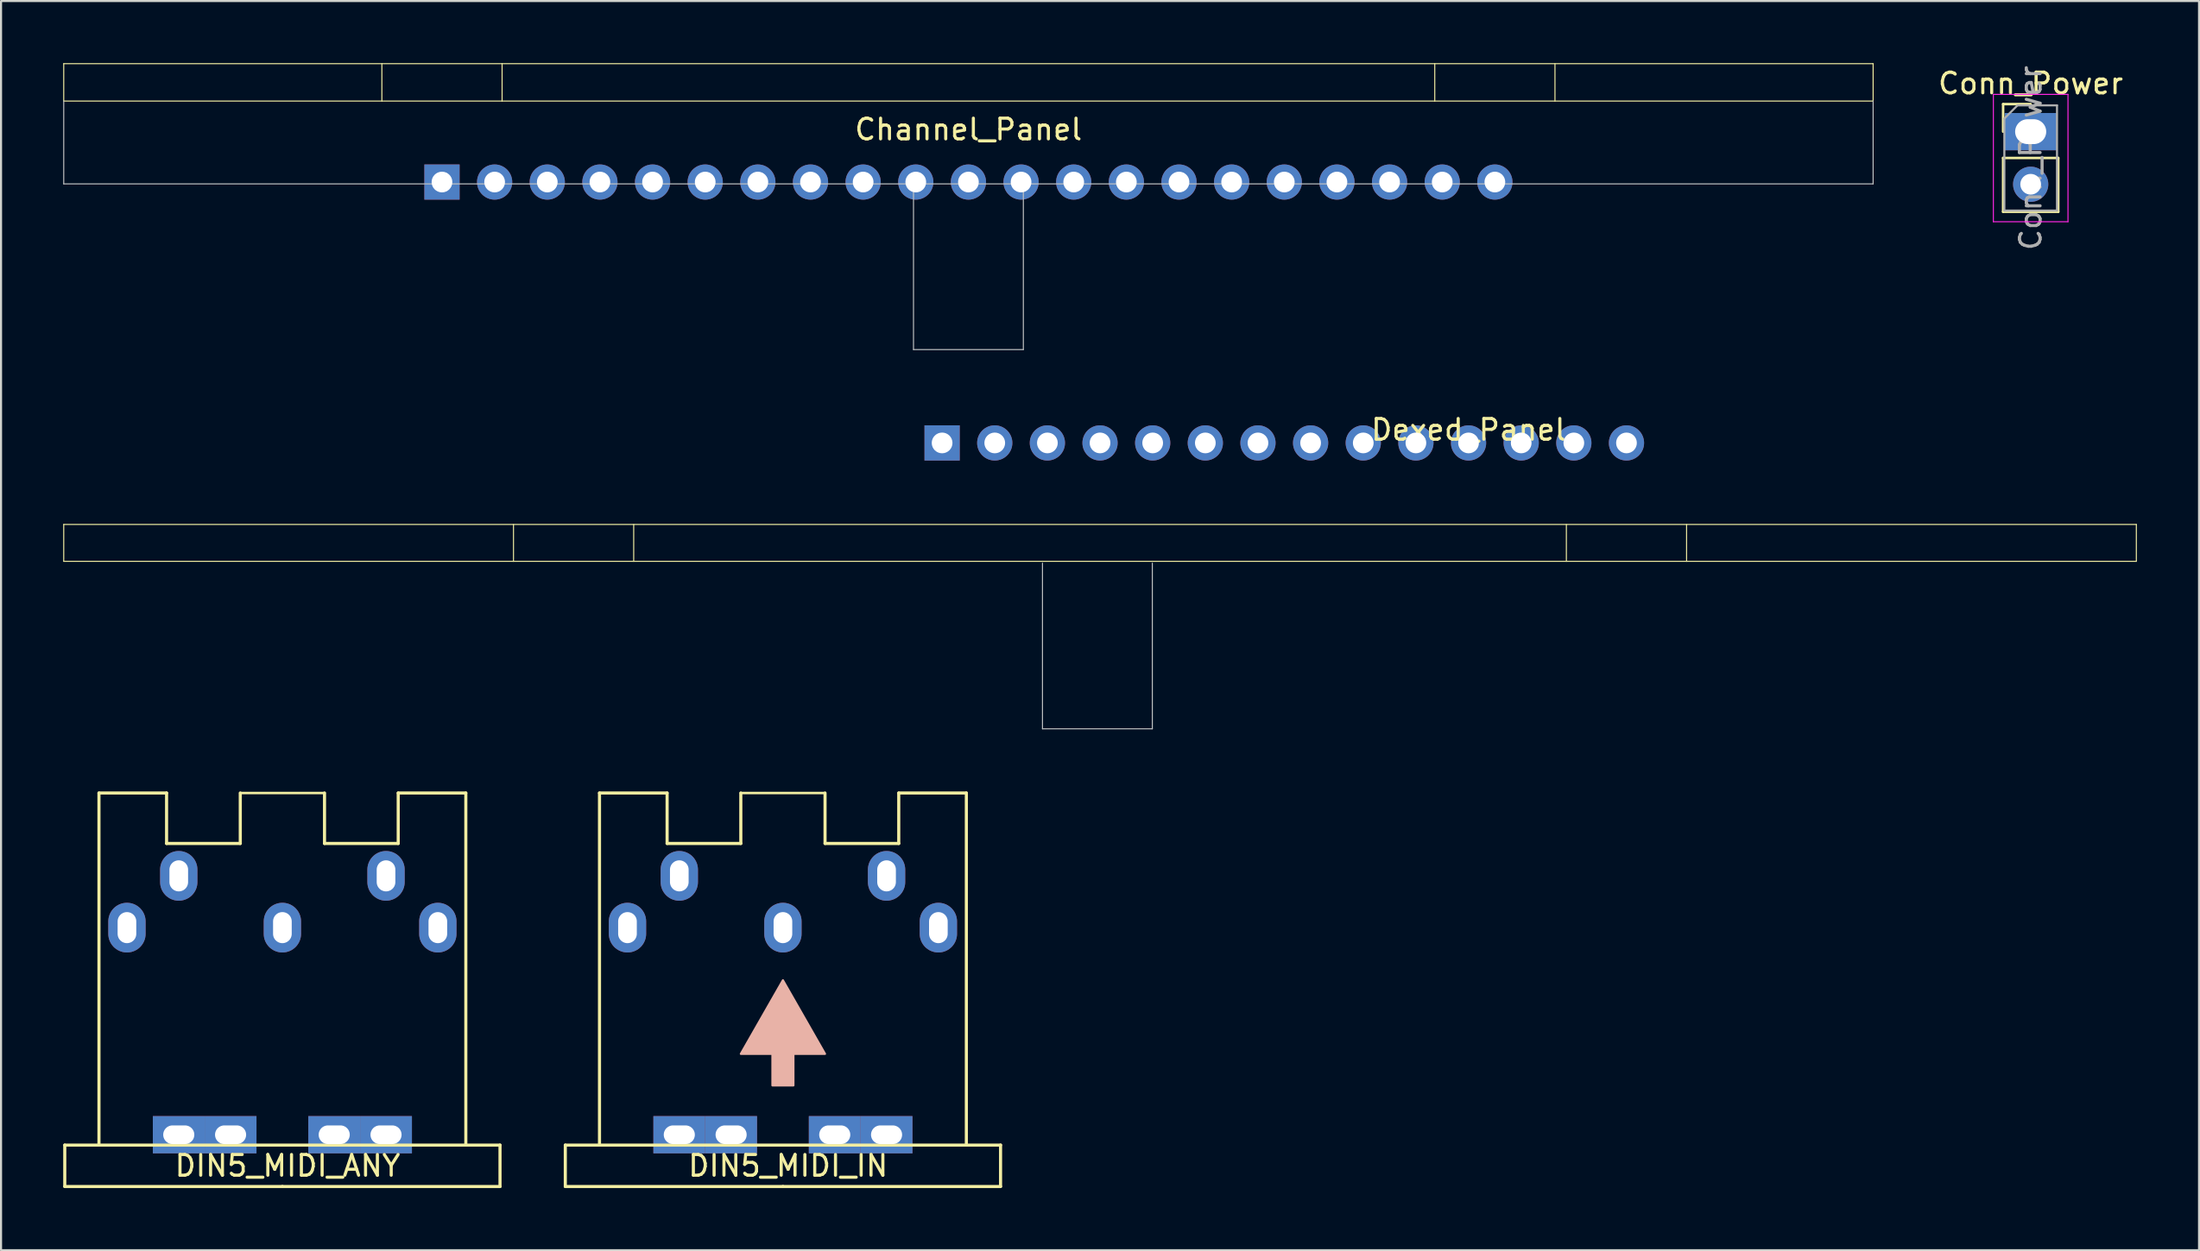
<source format=kicad_pcb>
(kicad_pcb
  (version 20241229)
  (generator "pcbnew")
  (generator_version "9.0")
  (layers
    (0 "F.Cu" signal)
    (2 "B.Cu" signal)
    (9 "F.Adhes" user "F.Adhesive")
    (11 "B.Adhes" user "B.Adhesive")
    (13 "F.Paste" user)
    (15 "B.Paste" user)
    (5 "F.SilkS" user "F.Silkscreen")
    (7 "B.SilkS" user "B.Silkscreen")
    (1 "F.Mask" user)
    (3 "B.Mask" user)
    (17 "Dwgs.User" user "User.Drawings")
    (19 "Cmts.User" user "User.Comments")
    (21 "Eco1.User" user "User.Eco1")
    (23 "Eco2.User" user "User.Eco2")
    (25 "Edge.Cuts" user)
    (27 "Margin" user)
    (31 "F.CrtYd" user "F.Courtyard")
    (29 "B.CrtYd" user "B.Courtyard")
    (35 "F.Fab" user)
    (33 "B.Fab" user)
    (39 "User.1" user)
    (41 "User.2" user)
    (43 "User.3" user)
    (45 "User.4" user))
  (footprint "Channel_Panel"
    (layer "F.Cu")
    (at 43.675 5.74)
    (property "Reference" "Channel_Panel" (at 0 -2.54 180) (layer "F.SilkS") (effects (font (size 1 1) (thickness 0.15))))
    (attr through_hole)
    (fp_line (start -43.65 -5.715) (end -43.65 -3.937) (stroke (width 0.05) (type solid)) (layer "F.SilkS"))
    (fp_line (start -43.65 -5.715) (end 43.65 -5.715) (stroke (width 0.05) (type solid)) (layer "F.SilkS"))
    (fp_line (start -43.65 -3.911) (end 43.65 -3.911) (stroke (width 0.05) (type solid)) (layer "F.SilkS"))
    (fp_line (start -28.3 -5.715) (end -28.3 -3.911) (stroke (width 0.05) (type solid)) (layer "F.SilkS"))
    (fp_line (start -22.5 -5.715) (end -22.5 -3.911) (stroke (width 0.05) (type solid)) (layer "F.SilkS"))
    (fp_line (start 22.5 -5.715) (end 22.5 -3.911) (stroke (width 0.05) (type solid)) (layer "F.SilkS"))
    (fp_line (start 28.3 -5.715) (end 28.3 -3.911) (stroke (width 0.05) (type solid)) (layer "F.SilkS"))
    (fp_line (start 43.65 -5.715) (end 43.65 -3.937) (stroke (width 0.05) (type solid)) (layer "F.SilkS"))
    (fp_line (start -43.65 -3.911) (end -43.65 0.089) (stroke (width 0.05) (type solid)) (layer "Dwgs.User"))
    (fp_line (start -43.65 0.089) (end 43.65 0.089) (stroke (width 0.05) (type solid)) (layer "Dwgs.User"))
    (fp_line (start -2.65 8.089) (end -2.65 0.089) (stroke (width 0.05) (type solid)) (layer "Dwgs.User"))
    (fp_line (start -2.65 8.089) (end 2.65 8.089) (stroke (width 0.05) (type solid)) (layer "Dwgs.User"))
    (fp_line (start 2.65 8.089) (end 2.65 0.089) (stroke (width 0.05) (type solid)) (layer "Dwgs.User"))
    (fp_line (start 43.65 0.089) (end 43.65 -3.911) (stroke (width 0.05) (type solid)) (layer "Dwgs.User"))
    (pad "1" thru_hole rect (at -25.4 0) (size 1.7 1.7) (drill 1) (layers "*.Cu" "*.Mask"))
    (pad "2" thru_hole oval (at -22.86 0) (size 1.7 1.7) (drill 1) (layers "*.Cu" "*.Mask"))
    (pad "3" thru_hole oval (at -20.32 0) (size 1.7 1.7) (drill 1) (layers "*.Cu" "*.Mask"))
    (pad "4" thru_hole oval (at -17.78 0) (size 1.7 1.7) (drill 1) (layers "*.Cu" "*.Mask"))
    (pad "5" thru_hole oval (at -15.24 0) (size 1.7 1.7) (drill 1) (layers "*.Cu" "*.Mask"))
    (pad "6" thru_hole oval (at -12.7 0) (size 1.7 1.7) (drill 1) (layers "*.Cu" "*.Mask"))
    (pad "7" thru_hole oval (at -10.16 0) (size 1.7 1.7) (drill 1) (layers "*.Cu" "*.Mask"))
    (pad "8" thru_hole oval (at -7.62 0) (size 1.7 1.7) (drill 1) (layers "*.Cu" "*.Mask"))
    (pad "9" thru_hole oval (at -5.08 0) (size 1.7 1.7) (drill 1) (layers "*.Cu" "*.Mask"))
    (pad "10" thru_hole oval (at -2.54 0) (size 1.7 1.7) (drill 1) (layers "*.Cu" "*.Mask"))
    (pad "11" thru_hole oval (at 0 0) (size 1.7 1.7) (drill 1) (layers "*.Cu" "*.Mask"))
    (pad "12" thru_hole oval (at 2.54 0) (size 1.7 1.7) (drill 1) (layers "*.Cu" "*.Mask"))
    (pad "13" thru_hole oval (at 5.08 0) (size 1.7 1.7) (drill 1) (layers "*.Cu" "*.Mask"))
    (pad "14" thru_hole oval (at 7.62 0) (size 1.7 1.7) (drill 1) (layers "*.Cu" "*.Mask"))
    (pad "15" thru_hole oval (at 10.16 0) (size 1.7 1.7) (drill 1) (layers "*.Cu" "*.Mask"))
    (pad "16" thru_hole oval (at 12.7 0) (size 1.7 1.7) (drill 1) (layers "*.Cu" "*.Mask"))
    (pad "17" thru_hole oval (at 15.24 0) (size 1.7 1.7) (drill 1) (layers "*.Cu" "*.Mask"))
    (pad "18" thru_hole oval (at 17.78 0) (size 1.7 1.7) (drill 1) (layers "*.Cu" "*.Mask"))
    (pad "19" thru_hole oval (at 20.32 0) (size 1.7 1.7) (drill 1) (layers "*.Cu" "*.Mask"))
    (pad "20" thru_hole oval (at 22.86 0) (size 1.7 1.7) (drill 1) (layers "*.Cu" "*.Mask"))
    (pad "21" thru_hole oval (at 25.4 0) (size 1.7 1.7) (drill 1) (layers "*.Cu" "*.Mask")))
  (footprint "Dexed_Panel"
    (layer "F.Cu")
    (at 50.025 18.337)
    (property "Reference" "Dexed_Panel" (at 17.78 -0.635 180) (layer "F.SilkS") (effects (font (size 1 1) (thickness 0.15))))
    (attr through_hole)
    (fp_line (start -50 3.937) (end -50 5.715) (stroke (width 0.05) (type solid)) (layer "F.SilkS"))
    (fp_line (start -50 3.937) (end 50 3.937) (stroke (width 0.05) (type solid)) (layer "F.SilkS"))
    (fp_line (start -50 5.715) (end 50 5.715) (stroke (width 0.05) (type solid)) (layer "F.SilkS"))
    (fp_line (start -28.3 3.937) (end -28.3 5.715) (stroke (width 0.05) (type solid)) (layer "F.SilkS"))
    (fp_line (start -22.5 3.937) (end -22.5 5.715) (stroke (width 0.05) (type solid)) (layer "F.SilkS"))
    (fp_line (start 22.5 5.715) (end 22.5 3.937) (stroke (width 0.05) (type solid)) (layer "F.SilkS"))
    (fp_line (start 28.3 5.715) (end 28.3 3.937) (stroke (width 0.05) (type solid)) (layer "F.SilkS"))
    (fp_line (start 50 3.937) (end 50 5.715) (stroke (width 0.05) (type solid)) (layer "F.SilkS"))
    (fp_line (start -2.777 13.804) (end -2.777 5.804) (stroke (width 0.05) (type solid)) (layer "Dwgs.User"))
    (fp_line (start -2.777 13.804) (end 2.523 13.804) (stroke (width 0.05) (type solid)) (layer "Dwgs.User"))
    (fp_line (start 2.523 13.804) (end 2.523 5.804) (stroke (width 0.05) (type solid)) (layer "Dwgs.User"))
    (pad "1" thru_hole rect (at -7.62 0) (size 1.7 1.7) (drill 1) (layers "*.Cu" "*.Mask"))
    (pad "2" thru_hole oval (at -5.08 0) (size 1.7 1.7) (drill 1) (layers "*.Cu" "*.Mask"))
    (pad "3" thru_hole oval (at -2.54 0) (size 1.7 1.7) (drill 1) (layers "*.Cu" "*.Mask"))
    (pad "4" thru_hole oval (at 0 0) (size 1.7 1.7) (drill 1) (layers "*.Cu" "*.Mask"))
    (pad "5" thru_hole oval (at 2.54 0) (size 1.7 1.7) (drill 1) (layers "*.Cu" "*.Mask"))
    (pad "6" thru_hole oval (at 5.08 0) (size 1.7 1.7) (drill 1) (layers "*.Cu" "*.Mask"))
    (pad "7" thru_hole oval (at 7.62 0) (size 1.7 1.7) (drill 1) (layers "*.Cu" "*.Mask"))
    (pad "8" thru_hole oval (at 10.16 0) (size 1.7 1.7) (drill 1) (layers "*.Cu" "*.Mask"))
    (pad "9" thru_hole oval (at 12.7 0) (size 1.7 1.7) (drill 1) (layers "*.Cu" "*.Mask"))
    (pad "10" thru_hole oval (at 15.24 0) (size 1.7 1.7) (drill 1) (layers "*.Cu" "*.Mask"))
    (pad "11" thru_hole oval (at 17.78 0) (size 1.7 1.7) (drill 1) (layers "*.Cu" "*.Mask"))
    (pad "12" thru_hole oval (at 20.32 0) (size 1.7 1.7) (drill 1) (layers "*.Cu" "*.Mask"))
    (pad "13" thru_hole oval (at 22.86 0) (size 1.7 1.7) (drill 1) (layers "*.Cu" "*.Mask"))
    (pad "14" thru_hole oval (at 25.4 0) (size 1.7 1.7) (drill 1) (layers "*.Cu" "*.Mask")))
  (footprint "DIN5_MIDI_ANY"
    (layer "F.Cu")
    (at 10.575 41.741)
    (property "Reference" "DIN5_MIDI_ANY" (at 0.25 11.5 180) (layer "F.SilkS") (effects (font (size 1 1) (thickness 0.15))))
    (attr through_hole)
    (fp_line (start -10.5 10.5) (end 10.5 10.5) (stroke (width 0.15) (type solid)) (layer "F.SilkS"))
    (fp_line (start -10.5 12.5) (end -10.5 10.5) (stroke (width 0.15) (type solid)) (layer "F.SilkS"))
    (fp_line (start -8.85 -6.5) (end -5.588 -6.5) (stroke (width 0.15) (type solid)) (layer "F.SilkS"))
    (fp_line (start -8.85 10.5) (end -8.85 -6.5) (stroke (width 0.15) (type solid)) (layer "F.SilkS"))
    (fp_line (start -5.588 -6.5) (end -5.588 -4.064) (stroke (width 0.15) (type solid)) (layer "F.SilkS"))
    (fp_line (start -5.588 -4.064) (end -2.032 -4.064) (stroke (width 0.15) (type solid)) (layer "F.SilkS"))
    (fp_line (start -2.032 -6.5) (end -2.032 -4.064) (stroke (width 0.15) (type solid)) (layer "F.SilkS"))
    (fp_line (start -2.032 -6.5) (end 2.032 -6.5) (stroke (width 0.12) (type solid)) (layer "F.SilkS"))
    (fp_line (start 0 12.5) (end -10.5 12.5) (stroke (width 0.15) (type solid)) (layer "F.SilkS"))
    (fp_line (start 0 12.5) (end 10.5 12.5) (stroke (width 0.15) (type solid)) (layer "F.SilkS"))
    (fp_line (start 2.032 -6.5) (end 2.032 -4.064) (stroke (width 0.15) (type solid)) (layer "F.SilkS"))
    (fp_line (start 2.032 -4.064) (end 5.588 -4.064) (stroke (width 0.15) (type solid)) (layer "F.SilkS"))
    (fp_line (start 5.588 -6.5) (end 5.588 -4.064) (stroke (width 0.15) (type solid)) (layer "F.SilkS"))
    (fp_line (start 8.85 -6.5) (end 5.588 -6.5) (stroke (width 0.15) (type solid)) (layer "F.SilkS"))
    (fp_line (start 8.85 -6.5) (end 8.85 10.5) (stroke (width 0.15) (type solid)) (layer "F.SilkS"))
    (fp_line (start 10.5 10.5) (end 10.5 12.5) (stroke (width 0.15) (type solid)) (layer "F.SilkS"))
    (pad "1" thru_hole oval (at 7.5 0) (size 1.8 2.4) (drill oval 0.9 1.5) (layers "*.Cu" "*.Mask"))
    (pad "2" thru_hole oval (at 0 0) (size 1.8 2.4) (drill oval 0.9 1.5) (layers "*.Cu" "*.Mask"))
    (pad "3" thru_hole oval (at -7.5 0) (size 1.8 2.4) (drill oval 0.9 1.5) (layers "*.Cu" "*.Mask"))
    (pad "4" thru_hole oval (at 5 -2.5) (size 1.8 2.4) (drill oval 0.9 1.5) (layers "*.Cu" "*.Mask"))
    (pad "5" thru_hole oval (at -5 -2.5) (size 1.8 2.4) (drill oval 0.9 1.5) (layers "*.Cu" "*.Mask"))
    (pad "6" thru_hole rect (at -5 10) (size 2.5 1.8) (drill oval 1.5 0.9) (layers "*.Cu" "*.Mask"))
    (pad "6" thru_hole rect (at -2.5 10) (size 2.5 1.8) (drill oval 1.5 0.9) (layers "*.Cu" "*.Mask"))
    (pad "6" thru_hole rect (at 2.5 10) (size 2.5 1.8) (drill oval 1.5 0.9) (layers "*.Cu" "*.Mask"))
    (pad "6" thru_hole rect (at 5 10) (size 2.5 1.8) (drill oval 1.5 0.9) (layers "*.Cu" "*.Mask")))
  (footprint "DIN5_MIDI_IN"
    (layer "F.Cu")
    (at 34.725 41.741)
    (property "Reference" "DIN5_MIDI_IN" (at 0.25 11.5 180) (layer "F.SilkS") (effects (font (size 1 1) (thickness 0.15))))
    (attr through_hole)
    (fp_line (start -10.5 10.5) (end 10.5 10.5) (stroke (width 0.15) (type solid)) (layer "F.SilkS"))
    (fp_line (start -10.5 12.5) (end -10.5 10.5) (stroke (width 0.15) (type solid)) (layer "F.SilkS"))
    (fp_line (start -8.85 -6.5) (end -5.588 -6.5) (stroke (width 0.15) (type solid)) (layer "F.SilkS"))
    (fp_line (start -8.85 10.5) (end -8.85 -6.5) (stroke (width 0.15) (type solid)) (layer "F.SilkS"))
    (fp_line (start -5.588 -6.5) (end -5.588 -4.064) (stroke (width 0.15) (type solid)) (layer "F.SilkS"))
    (fp_line (start -5.588 -4.064) (end -2.032 -4.064) (stroke (width 0.15) (type solid)) (layer "F.SilkS"))
    (fp_line (start -2.032 -6.5) (end -2.032 -4.064) (stroke (width 0.15) (type solid)) (layer "F.SilkS"))
    (fp_line (start -2.032 -6.5) (end 2.032 -6.5) (stroke (width 0.12) (type solid)) (layer "F.SilkS"))
    (fp_line (start 0 12.5) (end -10.5 12.5) (stroke (width 0.15) (type solid)) (layer "F.SilkS"))
    (fp_line (start 0 12.5) (end 10.5 12.5) (stroke (width 0.15) (type solid)) (layer "F.SilkS"))
    (fp_line (start 2.032 -6.5) (end 2.032 -4.064) (stroke (width 0.15) (type solid)) (layer "F.SilkS"))
    (fp_line (start 2.032 -4.064) (end 5.588 -4.064) (stroke (width 0.15) (type solid)) (layer "F.SilkS"))
    (fp_line (start 5.588 -6.5) (end 5.588 -4.064) (stroke (width 0.15) (type solid)) (layer "F.SilkS"))
    (fp_line (start 8.85 -6.5) (end 5.588 -6.5) (stroke (width 0.15) (type solid)) (layer "F.SilkS"))
    (fp_line (start 8.85 -6.5) (end 8.85 10.5) (stroke (width 0.15) (type solid)) (layer "F.SilkS"))
    (fp_line (start 10.5 10.5) (end 10.5 12.5) (stroke (width 0.15) (type solid)) (layer "F.SilkS"))
    (fp_poly (pts (xy 2.032 6.096) (xy 0.508 6.096) (xy 0.508 7.62) (xy -0.508 7.62) (xy -0.508 6.096) (xy -2.032 6.096) (xy 0 2.54)) (stroke (width 0.1) (type solid)) (fill yes) (layer "B.SilkS"))
    (pad "1" thru_hole oval (at 7.5 0) (size 1.8 2.4) (drill oval 0.9 1.5) (layers "*.Cu" "*.Mask"))
    (pad "2" thru_hole oval (at 0 0) (size 1.8 2.4) (drill oval 0.9 1.5) (layers "*.Cu" "*.Mask"))
    (pad "3" thru_hole oval (at -7.5 0) (size 1.8 2.4) (drill oval 0.9 1.5) (layers "*.Cu" "*.Mask"))
    (pad "4" thru_hole oval (at 5 -2.5) (size 1.8 2.4) (drill oval 0.9 1.5) (layers "*.Cu" "*.Mask"))
    (pad "5" thru_hole oval (at -5 -2.5) (size 1.8 2.4) (drill oval 0.9 1.5) (layers "*.Cu" "*.Mask"))
    (pad "6" thru_hole rect (at -5 10) (size 2.5 1.8) (drill oval 1.5 0.9) (layers "*.Cu" "*.Mask"))
    (pad "6" thru_hole rect (at -2.5 10) (size 2.5 1.8) (drill oval 1.5 0.9) (layers "*.Cu" "*.Mask"))
    (pad "6" thru_hole rect (at 2.5 10) (size 2.5 1.8) (drill oval 1.5 0.9) (layers "*.Cu" "*.Mask"))
    (pad "6" thru_hole rect (at 5 10) (size 2.5 1.8) (drill oval 1.5 0.9) (layers "*.Cu" "*.Mask")))
  (footprint "Conn_Power"
    (layer "F.Cu")
    (at 94.927 3.307)
    (property "Reference" "Conn_Power" (at 0 -2.33 180) (layer "F.SilkS") (effects (font (size 1 1) (thickness 0.15))))
    (attr through_hole)
    (fp_line (start -1.33 -1.33) (end 0 -1.33) (stroke (width 0.12) (type solid)) (layer "F.SilkS"))
    (fp_line (start -1.33 0) (end -1.33 -1.33) (stroke (width 0.12) (type solid)) (layer "F.SilkS"))
    (fp_line (start -1.33 1.27) (end -1.33 3.87) (stroke (width 0.12) (type solid)) (layer "F.SilkS"))
    (fp_line (start -1.33 1.27) (end 1.33 1.27) (stroke (width 0.12) (type solid)) (layer "F.SilkS"))
    (fp_line (start -1.33 3.87) (end 1.33 3.87) (stroke (width 0.12) (type solid)) (layer "F.SilkS"))
    (fp_line (start 1.33 1.27) (end 1.33 3.87) (stroke (width 0.12) (type solid)) (layer "F.SilkS"))
    (fp_line (start -1.8 -1.8) (end -1.8 4.35) (stroke (width 0.05) (type solid)) (layer "F.CrtYd"))
    (fp_line (start -1.8 4.35) (end 1.8 4.35) (stroke (width 0.05) (type solid)) (layer "F.CrtYd"))
    (fp_line (start 1.8 -1.8) (end -1.8 -1.8) (stroke (width 0.05) (type solid)) (layer "F.CrtYd"))
    (fp_line (start 1.8 4.35) (end 1.8 -1.8) (stroke (width 0.05) (type solid)) (layer "F.CrtYd"))
    (fp_line (start -1.27 -0.635) (end -0.635 -1.27) (stroke (width 0.1) (type solid)) (layer "F.Fab"))
    (fp_line (start -1.27 3.81) (end -1.27 -0.635) (stroke (width 0.1) (type solid)) (layer "F.Fab"))
    (fp_line (start -0.635 -1.27) (end 1.27 -1.27) (stroke (width 0.1) (type solid)) (layer "F.Fab"))
    (fp_line (start 1.27 -1.27) (end 1.27 3.81) (stroke (width 0.1) (type solid)) (layer "F.Fab"))
    (fp_line (start 1.27 3.81) (end -1.27 3.81) (stroke (width 0.1) (type solid)) (layer "F.Fab"))
    (fp_text user "${REFERENCE}" (at 0 1.27 270) (layer "F.Fab") (effects (font (size 1 1) (thickness 0.15))))
    (pad "1" thru_hole rect (at 0 0) (size 2.5 1.8) (drill oval 1.5 1.2) (layers "*.Cu" "*.Mask"))
    (pad "2" thru_hole oval (at 0 2.54) (size 1.7 1.7) (drill 1) (layers "*.Cu" "*.Mask")))
  (gr_rect
    (start -3 -3)
    (end 103.05 57.316)
    (stroke (width 0.1) (type default))
    (fill no)
    (layer "Edge.Cuts")))
</source>
